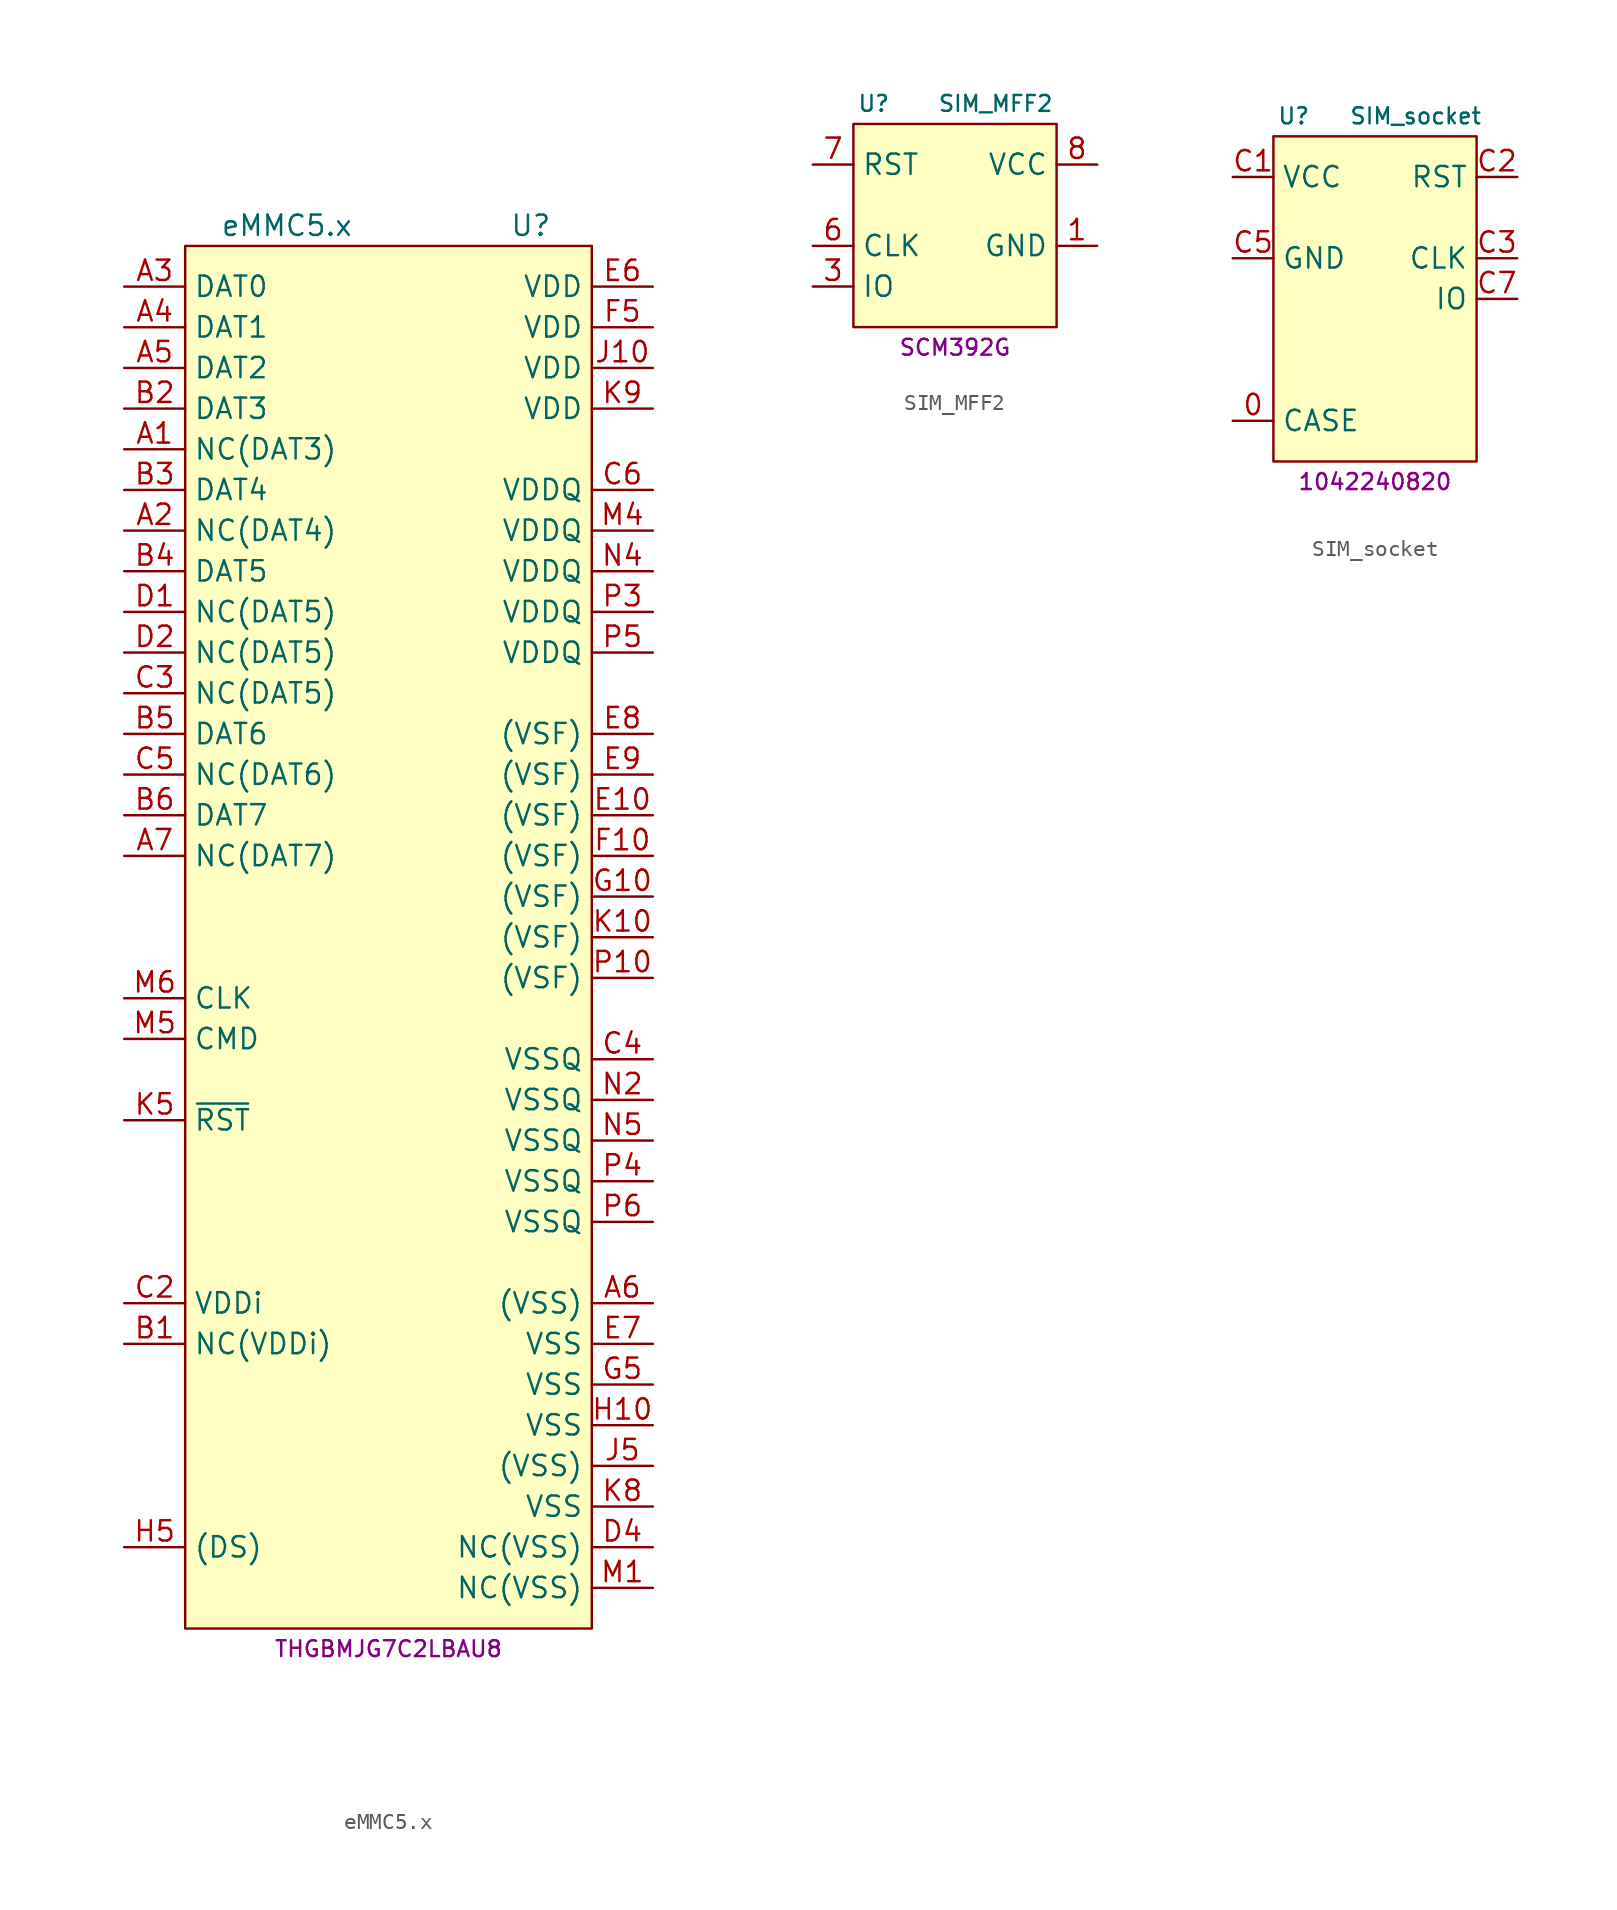
<source format=kicad_sym>
(kicad_symbol_lib
  (version 20231120)
  (generator "kicad_symbol_editor")
  (generator_version "8.0")
  (symbol "eMMC5.x"
    (property "Reference" "U"
      (at 8.89 40.64 0)
      (effects (font (size 1.27 1.27))))
    (property "Value" "eMMC5.x"
      (at -6.35 40.64 0)
      (effects (font (size 1.27 1.27))))
    (property "MPN" "THGBMJG7C2LBAU8"
      (at 0 -48.26 0)
      (effects (font (size 0.991 0.991))))
    (symbol "eMMC5.x_0_1"
      (rectangle (start -12.7 39.37) (end 12.7 -46.99) (stroke (width 0) (type default)) (fill (type background))))
    (symbol "eMMC5.x_1_1"
      (pin passive line (at -16.51 26.67 0) (length 3.81) (name "NC(DAT3)" (effects (font (size 1.27 1.27)))) (number "A1" (effects (font (size 1.27 1.27)))))
      (pin passive line (at -16.51 21.59 0) (length 3.81) (name "NC(DAT4)" (effects (font (size 1.27 1.27)))) (number "A2" (effects (font (size 1.27 1.27)))))
      (pin bidirectional line (at -16.51 36.83 0) (length 3.81) (name "DAT0" (effects (font (size 1.27 1.27)))) (number "A3" (effects (font (size 1.27 1.27)))))
      (pin bidirectional line (at -16.51 34.29 0) (length 3.81) (name "DAT1" (effects (font (size 1.27 1.27)))) (number "A4" (effects (font (size 1.27 1.27)))))
      (pin bidirectional line (at -16.51 31.75 0) (length 3.81) (name "DAT2" (effects (font (size 1.27 1.27)))) (number "A5" (effects (font (size 1.27 1.27)))))
      (pin power_in line (at 16.51 -26.67 180) (length 3.81) (name "(VSS)" (effects (font (size 1.27 1.27)))) (number "A6" (effects (font (size 1.27 1.27)))))
      (pin passive line (at -16.51 1.27 0) (length 3.81) (name "NC(DAT7)" (effects (font (size 1.27 1.27)))) (number "A7" (effects (font (size 1.27 1.27)))))
      (pin passive line (at -16.51 -29.21 0) (length 3.81) (name "NC(VDDi)" (effects (font (size 1.27 1.27)))) (number "B1" (effects (font (size 1.27 1.27)))))
      (pin bidirectional line (at -16.51 29.21 0) (length 3.81) (name "DAT3" (effects (font (size 1.27 1.27)))) (number "B2" (effects (font (size 1.27 1.27)))))
      (pin bidirectional line (at -16.51 24.13 0) (length 3.81) (name "DAT4" (effects (font (size 1.27 1.27)))) (number "B3" (effects (font (size 1.27 1.27)))))
      (pin bidirectional line (at -16.51 19.05 0) (length 3.81) (name "DAT5" (effects (font (size 1.27 1.27)))) (number "B4" (effects (font (size 1.27 1.27)))))
      (pin bidirectional line (at -16.51 8.89 0) (length 3.81) (name "DAT6" (effects (font (size 1.27 1.27)))) (number "B5" (effects (font (size 1.27 1.27)))))
      (pin bidirectional line (at -16.51 3.81 0) (length 3.81) (name "DAT7" (effects (font (size 1.27 1.27)))) (number "B6" (effects (font (size 1.27 1.27)))))
      (pin power_in line (at -16.51 -26.67 0) (length 3.81) (name "VDDi" (effects (font (size 1.27 1.27)))) (number "C2" (effects (font (size 1.27 1.27)))))
      (pin passive line (at -16.51 11.43 0) (length 3.81) (name "NC(DAT5)" (effects (font (size 1.27 1.27)))) (number "C3" (effects (font (size 1.27 1.27)))))
      (pin power_in line (at 16.51 -11.43 180) (length 3.81) (name "VSSQ" (effects (font (size 1.27 1.27)))) (number "C4" (effects (font (size 1.27 1.27)))))
      (pin passive line (at -16.51 6.35 0) (length 3.81) (name "NC(DAT6)" (effects (font (size 1.27 1.27)))) (number "C5" (effects (font (size 1.27 1.27)))))
      (pin power_in line (at 16.51 24.13 180) (length 3.81) (name "VDDQ" (effects (font (size 1.27 1.27)))) (number "C6" (effects (font (size 1.27 1.27)))))
      (pin passive line (at -16.51 16.51 0) (length 3.81) (name "NC(DAT5)" (effects (font (size 1.27 1.27)))) (number "D1" (effects (font (size 1.27 1.27)))))
      (pin passive line (at -16.51 13.97 0) (length 3.81) (name "NC(DAT5)" (effects (font (size 1.27 1.27)))) (number "D2" (effects (font (size 1.27 1.27)))))
      (pin passive line (at 16.51 -41.91 180) (length 3.81) (name "NC(VSS)" (effects (font (size 1.27 1.27)))) (number "D4" (effects (font (size 1.27 1.27)))))
      (pin power_in line (at 16.51 3.81 180) (length 3.81) (name "(VSF)" (effects (font (size 1.27 1.27)))) (number "E10" (effects (font (size 1.27 1.27)))))
      (pin power_in line (at 16.51 36.83 180) (length 3.81) (name "VDD" (effects (font (size 1.27 1.27)))) (number "E6" (effects (font (size 1.27 1.27)))))
      (pin power_in line (at 16.51 -29.21 180) (length 3.81) (name "VSS" (effects (font (size 1.27 1.27)))) (number "E7" (effects (font (size 1.27 1.27)))))
      (pin power_in line (at 16.51 8.89 180) (length 3.81) (name "(VSF)" (effects (font (size 1.27 1.27)))) (number "E8" (effects (font (size 1.27 1.27)))))
      (pin power_in line (at 16.51 6.35 180) (length 3.81) (name "(VSF)" (effects (font (size 1.27 1.27)))) (number "E9" (effects (font (size 1.27 1.27)))))
      (pin power_in line (at 16.51 1.27 180) (length 3.81) (name "(VSF)" (effects (font (size 1.27 1.27)))) (number "F10" (effects (font (size 1.27 1.27)))))
      (pin power_in line (at 16.51 34.29 180) (length 3.81) (name "VDD" (effects (font (size 1.27 1.27)))) (number "F5" (effects (font (size 1.27 1.27)))))
      (pin power_in line (at 16.51 -1.27 180) (length 3.81) (name "(VSF)" (effects (font (size 1.27 1.27)))) (number "G10" (effects (font (size 1.27 1.27)))))
      (pin power_in line (at 16.51 -31.75 180) (length 3.81) (name "VSS" (effects (font (size 1.27 1.27)))) (number "G5" (effects (font (size 1.27 1.27)))))
      (pin power_in line (at 16.51 -34.29 180) (length 3.81) (name "VSS" (effects (font (size 1.27 1.27)))) (number "H10" (effects (font (size 1.27 1.27)))))
      (pin power_in line (at -16.51 -41.91 0) (length 3.81) (name "(DS)" (effects (font (size 1.27 1.27)))) (number "H5" (effects (font (size 1.27 1.27)))))
      (pin power_in line (at 16.51 31.75 180) (length 3.81) (name "VDD" (effects (font (size 1.27 1.27)))) (number "J10" (effects (font (size 1.27 1.27)))))
      (pin power_in line (at 16.51 -36.83 180) (length 3.81) (name "(VSS)" (effects (font (size 1.27 1.27)))) (number "J5" (effects (font (size 1.27 1.27)))))
      (pin power_in line (at 16.51 -3.81 180) (length 3.81) (name "(VSF)" (effects (font (size 1.27 1.27)))) (number "K10" (effects (font (size 1.27 1.27)))))
      (pin input line (at -16.51 -15.24 0) (length 3.81) (name "~{RST}" (effects (font (size 1.27 1.27)))) (number "K5" (effects (font (size 1.27 1.27)))))
      (pin power_in line (at 16.51 -39.37 180) (length 3.81) (name "VSS" (effects (font (size 1.27 1.27)))) (number "K8" (effects (font (size 1.27 1.27)))))
      (pin power_in line (at 16.51 29.21 180) (length 3.81) (name "VDD" (effects (font (size 1.27 1.27)))) (number "K9" (effects (font (size 1.27 1.27)))))
      (pin passive line (at 16.51 -44.45 180) (length 3.81) (name "NC(VSS)" (effects (font (size 1.27 1.27)))) (number "M1" (effects (font (size 1.27 1.27)))))
      (pin power_in line (at 16.51 21.59 180) (length 3.81) (name "VDDQ" (effects (font (size 1.27 1.27)))) (number "M4" (effects (font (size 1.27 1.27)))))
      (pin input line (at -16.51 -10.16 0) (length 3.81) (name "CMD" (effects (font (size 1.27 1.27)))) (number "M5" (effects (font (size 1.27 1.27)))))
      (pin input line (at -16.51 -7.62 0) (length 3.81) (name "CLK" (effects (font (size 1.27 1.27)))) (number "M6" (effects (font (size 1.27 1.27)))))
      (pin power_in line (at 16.51 -13.97 180) (length 3.81) (name "VSSQ" (effects (font (size 1.27 1.27)))) (number "N2" (effects (font (size 1.27 1.27)))))
      (pin power_in line (at 16.51 19.05 180) (length 3.81) (name "VDDQ" (effects (font (size 1.27 1.27)))) (number "N4" (effects (font (size 1.27 1.27)))))
      (pin power_in line (at 16.51 -16.51 180) (length 3.81) (name "VSSQ" (effects (font (size 1.27 1.27)))) (number "N5" (effects (font (size 1.27 1.27)))))
      (pin power_in line (at 16.51 -6.35 180) (length 3.81) (name "(VSF)" (effects (font (size 1.27 1.27)))) (number "P10" (effects (font (size 1.27 1.27)))))
      (pin power_in line (at 16.51 16.51 180) (length 3.81) (name "VDDQ" (effects (font (size 1.27 1.27)))) (number "P3" (effects (font (size 1.27 1.27)))))
      (pin power_in line (at 16.51 -19.05 180) (length 3.81) (name "VSSQ" (effects (font (size 1.27 1.27)))) (number "P4" (effects (font (size 1.27 1.27)))))
      (pin power_in line (at 16.51 13.97 180) (length 3.81) (name "VDDQ" (effects (font (size 1.27 1.27)))) (number "P5" (effects (font (size 1.27 1.27)))))
      (pin power_in line (at 16.51 -21.59 180) (length 3.81) (name "VSSQ" (effects (font (size 1.27 1.27)))) (number "P6" (effects (font (size 1.27 1.27)))))))
  (symbol "SIM_MFF2"
    (property "Reference" "U"
      (at -5.08 7.62 0)
      (effects (font (size 0.991 0.991))))
    (property "Value" "SIM_MFF2"
      (at 2.54 7.62 0)
      (effects (font (size 0.991 0.991))))
    (property "MPN" "SCM392G"
      (at 0 -7.62 0)
      (effects (font (size 0.991 0.991))))
    (symbol "SIM_MFF2_0_1"
      (rectangle (start -6.35 6.35) (end 6.35 -6.35) (stroke (width 0) (type default)) (fill (type background))))
    (symbol "SIM_MFF2_1_1"
      (pin power_in line (at 8.89 -1.27 180) (length 2.54) (name "GND" (effects (font (size 1.27 1.27)))) (number "1" (effects (font (size 1.27 1.27)))))
      (pin bidirectional line (at -8.89 -3.81 0) (length 2.54) (name "IO" (effects (font (size 1.27 1.27)))) (number "3" (effects (font (size 1.27 1.27)))))
      (pin input line (at -8.89 -1.27 0) (length 2.54) (name "CLK" (effects (font (size 1.27 1.27)))) (number "6" (effects (font (size 1.27 1.27)))))
      (pin input line (at -8.89 3.81 0) (length 2.54) (name "RST" (effects (font (size 1.27 1.27)))) (number "7" (effects (font (size 1.27 1.27)))))
      (pin power_in line (at 8.89 3.81 180) (length 2.54) (name "VCC" (effects (font (size 1.27 1.27)))) (number "8" (effects (font (size 1.27 1.27)))))))
  (symbol "SIM_socket"
    (property "Reference" "U"
      (at -5.08 13.97 0)
      (effects (font (size 1 1))))
    (property "Value" "SIM_socket"
      (at 2.54 13.97 0)
      (effects (font (size 1 1))))
    (property "MPN" "1042240820"
      (at 0 -8.89 0)
      (effects (font (size 1 1))))
    (symbol "SIM_socket_0_1"
      (rectangle (start -6.35 12.7) (end 6.35 -7.62) (stroke (width 0) (type default)) (fill (type background))))
    (symbol "SIM_socket_1_1"
      (pin passive line (at -8.89 -5.08 0) (length 2.54) (name "CASE" (effects (font (size 1.27 1.27)))) (number "0" (effects (font (size 1.27 1.27)))))
      (pin power_in line (at -8.89 10.16 0) (length 2.54) (name "VCC" (effects (font (size 1.27 1.27)))) (number "C1" (effects (font (size 1.27 1.27)))))
      (pin input line (at 8.89 10.16 180) (length 2.54) (name "RST" (effects (font (size 1.27 1.27)))) (number "C2" (effects (font (size 1.27 1.27)))))
      (pin input line (at 8.89 5.08 180) (length 2.54) (name "CLK" (effects (font (size 1.27 1.27)))) (number "C3" (effects (font (size 1.27 1.27)))))
      (pin power_in line (at -8.89 5.08 0) (length 2.54) (name "GND" (effects (font (size 1.27 1.27)))) (number "C5" (effects (font (size 1.27 1.27)))))
      (pin bidirectional line (at 8.89 2.54 180) (length 2.54) (name "IO" (effects (font (size 1.27 1.27)))) (number "C7" (effects (font (size 1.27 1.27))))))))
</source>
